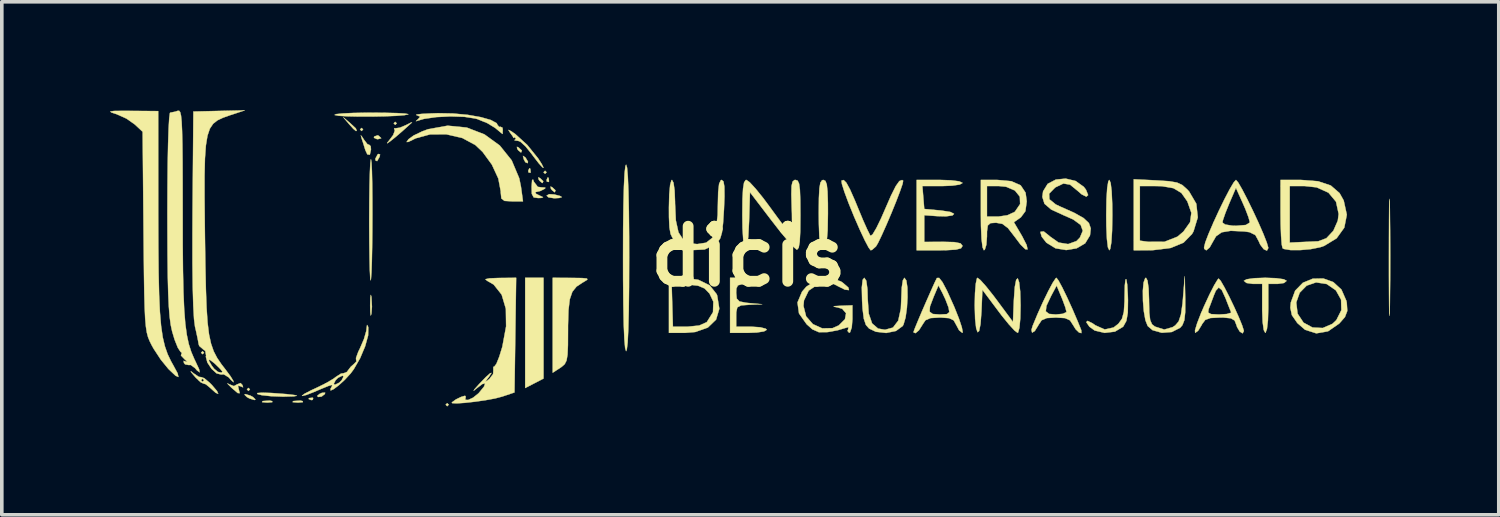
<source format=kicad_pcb>
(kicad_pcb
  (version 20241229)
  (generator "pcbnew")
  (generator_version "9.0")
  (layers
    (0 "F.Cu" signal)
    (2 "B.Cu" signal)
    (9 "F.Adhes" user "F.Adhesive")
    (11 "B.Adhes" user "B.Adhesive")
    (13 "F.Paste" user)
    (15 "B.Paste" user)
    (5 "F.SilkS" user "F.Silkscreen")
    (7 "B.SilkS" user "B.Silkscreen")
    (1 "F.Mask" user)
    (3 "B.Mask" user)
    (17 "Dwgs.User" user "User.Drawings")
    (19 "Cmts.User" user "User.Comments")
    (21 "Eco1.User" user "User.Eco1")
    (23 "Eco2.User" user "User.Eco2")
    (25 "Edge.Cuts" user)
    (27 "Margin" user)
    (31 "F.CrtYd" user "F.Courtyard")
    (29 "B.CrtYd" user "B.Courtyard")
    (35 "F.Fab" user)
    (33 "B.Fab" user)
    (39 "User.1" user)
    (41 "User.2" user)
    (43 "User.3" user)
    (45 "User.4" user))
  (footprint "dicis"
    (layer "F.Cu")
    (at 17.671 4.048)
    (property "Reference" "dicis" (at 0 0 0) (layer "F.SilkS") (effects (font (size 1.524 1.524) (thickness 0.3))))
    (attr through_hole)
    (fp_poly (pts (xy -15.071 2.667) (xy -15.113 2.709) (xy -15.155 2.667) (xy -15.113 2.625) (xy -15.071 2.667)) (stroke (width 0.01) (type solid)) (fill yes) (layer "F.SilkS"))
    (fp_poly (pts (xy -13.801 3.683) (xy -13.843 3.725) (xy -13.885 3.683) (xy -13.843 3.641) (xy -13.801 3.683)) (stroke (width 0.01) (type solid)) (fill yes) (layer "F.SilkS"))
    (fp_poly (pts (xy -10.668 -3.514) (xy -10.71 -3.471) (xy -10.753 -3.514) (xy -10.71 -3.556) (xy -10.668 -3.514)) (stroke (width 0.01) (type solid)) (fill yes) (layer "F.SilkS"))
    (fp_poly (pts (xy -9.737 -3.683) (xy -9.779 -3.641) (xy -9.821 -3.683) (xy -9.779 -3.725) (xy -9.737 -3.683)) (stroke (width 0.01) (type solid)) (fill yes) (layer "F.SilkS"))
    (fp_poly (pts (xy -8.297 4.106) (xy -8.34 4.149) (xy -8.382 4.106) (xy -8.34 4.064) (xy -8.297 4.106)) (stroke (width 0.01) (type solid)) (fill yes) (layer "F.SilkS"))
    (fp_poly (pts (xy -5.588 -2.328) (xy -5.63 -2.286) (xy -5.673 -2.328) (xy -5.63 -2.371) (xy -5.588 -2.328)) (stroke (width 0.01) (type solid)) (fill yes) (layer "F.SilkS"))
    (fp_poly (pts (xy -5.673 3.382) (xy -5.927 3.514) (xy -6.181 3.645) (xy -6.181 0.593) (xy -5.673 0.593) (xy -5.673 3.382)) (stroke (width 0.01) (type solid)) (fill yes) (layer "F.SilkS"))
    (fp_poly (pts (xy -12.051 3.923) (xy -12.063 3.973) (xy -12.107 3.979) (xy -12.177 3.948) (xy -12.164 3.923) (xy -12.063 3.913) (xy -12.051 3.923)) (stroke (width 0.01) (type solid)) (fill yes) (layer "F.SilkS"))
    (fp_poly (pts (xy -6.04 -2.427) (xy -6.029 -2.327) (xy -6.04 -2.314) (xy -6.09 -2.326) (xy -6.096 -2.371) (xy -6.065 -2.44) (xy -6.04 -2.427)) (stroke (width 0.01) (type solid)) (fill yes) (layer "F.SilkS"))
    (fp_poly (pts (xy -5.532 -2.173) (xy -5.521 -2.073) (xy -5.532 -2.06) (xy -5.582 -2.072) (xy -5.588 -2.117) (xy -5.557 -2.186) (xy -5.532 -2.173)) (stroke (width 0.01) (type solid)) (fill yes) (layer "F.SilkS"))
    (fp_poly (pts (xy -11.727 3.811) (xy -11.817 3.881) (xy -11.915 3.893) (xy -11.938 3.861) (xy -11.872 3.807) (xy -11.807 3.778) (xy -11.719 3.772) (xy -11.727 3.811)) (stroke (width 0.01) (type solid)) (fill yes) (layer "F.SilkS"))
    (fp_poly (pts (xy -11.028 -3.691) (xy -10.868 -3.541) (xy -10.845 -3.476) (xy -10.867 -3.471) (xy -10.936 -3.528) (xy -11.057 -3.662) (xy -11.218 -3.852) (xy -11.028 -3.691)) (stroke (width 0.01) (type solid)) (fill yes) (layer "F.SilkS"))
    (fp_poly (pts (xy -10.239 -3.341) (xy -10.165 -3.271) (xy -10.252 -3.246) (xy -10.283 -3.246) (xy -10.368 -3.283) (xy -10.362 -3.317) (xy -10.264 -3.352) (xy -10.239 -3.341)) (stroke (width 0.01) (type solid)) (fill yes) (layer "F.SilkS"))
    (fp_poly (pts (xy -10.198 -2.822) (xy -10.212 -2.756) (xy -10.281 -2.637) (xy -10.325 -2.657) (xy -10.329 -2.704) (xy -10.268 -2.819) (xy -10.246 -2.836) (xy -10.198 -2.822)) (stroke (width 0.01) (type solid)) (fill yes) (layer "F.SilkS"))
    (fp_poly (pts (xy -6.363 -3.014) (xy -6.272 -2.929) (xy -6.291 -2.879) (xy -6.303 -2.879) (xy -6.374 -2.939) (xy -6.4 -2.976) (xy -6.41 -3.034) (xy -6.363 -3.014)) (stroke (width 0.01) (type solid)) (fill yes) (layer "F.SilkS"))
    (fp_poly (pts (xy -6.181 -2.743) (xy -6.17 -2.732) (xy -6.103 -2.621) (xy -6.112 -2.58) (xy -6.175 -2.606) (xy -6.218 -2.685) (xy -6.243 -2.783) (xy -6.181 -2.743)) (stroke (width 0.01) (type solid)) (fill yes) (layer "F.SilkS"))
    (fp_poly (pts (xy -5.77 -2.167) (xy -5.68 -2.082) (xy -5.698 -2.033) (xy -5.71 -2.032) (xy -5.782 -2.092) (xy -5.808 -2.13) (xy -5.818 -2.188) (xy -5.77 -2.167)) (stroke (width 0.01) (type solid)) (fill yes) (layer "F.SilkS"))
    (fp_poly (pts (xy -5.432 -1.913) (xy -5.341 -1.828) (xy -5.36 -1.779) (xy -5.371 -1.778) (xy -5.443 -1.838) (xy -5.469 -1.876) (xy -5.479 -1.934) (xy -5.432 -1.913)) (stroke (width 0.01) (type solid)) (fill yes) (layer "F.SilkS"))
    (fp_poly (pts (xy -13.789 3.855) (xy -13.716 3.895) (xy -13.648 3.962) (xy -13.674 3.977) (xy -13.813 3.935) (xy -13.885 3.895) (xy -13.953 3.828) (xy -13.928 3.813) (xy -13.789 3.855)) (stroke (width 0.01) (type solid)) (fill yes) (layer "F.SilkS"))
    (fp_poly (pts (xy -13.185 4.008) (xy -13.182 4.036) (xy -13.315 4.048) (xy -13.335 4.047) (xy -13.466 4.035) (xy -13.454 4.01) (xy -13.439 4.005) (xy -13.255 3.993) (xy -13.185 4.008)) (stroke (width 0.01) (type solid)) (fill yes) (layer "F.SilkS"))
    (fp_poly (pts (xy -12.339 4.008) (xy -12.336 4.036) (xy -12.468 4.048) (xy -12.488 4.047) (xy -12.62 4.035) (xy -12.607 4.01) (xy -12.593 4.005) (xy -12.408 3.993) (xy -12.339 4.008)) (stroke (width 0.01) (type solid)) (fill yes) (layer "F.SilkS"))
    (fp_poly (pts (xy -10.438 1.122) (xy -10.424 1.395) (xy -10.438 1.587) (xy -10.456 1.64) (xy -10.469 1.544) (xy -10.473 1.355) (xy -10.468 1.146) (xy -10.454 1.067) (xy -10.438 1.122)) (stroke (width 0.01) (type solid)) (fill yes) (layer "F.SilkS"))
    (fp_poly (pts (xy -5.376 -1.714) (xy -5.218 -1.673) (xy -5.165 -1.641) (xy -5.237 -1.617) (xy -5.376 -1.609) (xy -5.536 -1.634) (xy -5.588 -1.682) (xy -5.518 -1.722) (xy -5.376 -1.714)) (stroke (width 0.01) (type solid)) (fill yes) (layer "F.SilkS"))
    (fp_poly (pts (xy -10.69 -3.303) (xy -10.648 -3.236) (xy -10.55 -3.108) (xy -10.491 -3.084) (xy -10.458 -3.049) (xy -10.45 -2.959) (xy -10.482 -2.814) (xy -10.551 -2.824) (xy -10.606 -2.942) (xy -10.671 -3.151) (xy -10.707 -3.26) (xy -10.732 -3.353) (xy -10.69 -3.303)) (stroke (width 0.01) (type solid)) (fill yes) (layer "F.SilkS"))
    (fp_poly (pts (xy -13.209 3.782) (xy -13.166 3.785) (xy -12.791 3.813) (xy -12.568 3.839) (xy -12.5 3.86) (xy -12.592 3.875) (xy -12.847 3.882) (xy -12.912 3.882) (xy -13.216 3.871) (xy -13.472 3.843) (xy -13.589 3.814) (xy -13.603 3.785) (xy -13.469 3.774) (xy -13.209 3.782)) (stroke (width 0.01) (type solid)) (fill yes) (layer "F.SilkS"))
    (fp_poly (pts (xy -14.009 3.562) (xy -13.991 3.626) (xy -14.056 3.598) (xy -14.132 3.579) (xy -14.114 3.669) (xy -14.084 3.787) (xy -14.139 3.784) (xy -14.29 3.656) (xy -14.329 3.619) (xy -14.426 3.521) (xy -14.412 3.519) (xy -14.392 3.534) (xy -14.244 3.592) (xy -14.165 3.547) (xy -14.061 3.507) (xy -14.009 3.562)) (stroke (width 0.01) (type solid)) (fill yes) (layer "F.SilkS"))
    (fp_poly (pts (xy -9.313 -3.709) (xy -9.543 -3.501) (xy -9.749 -3.322) (xy -9.91 -3.192) (xy -9.999 -3.129) (xy -9.994 -3.154) (xy -9.968 -3.183) (xy -9.837 -3.357) (xy -9.79 -3.482) (xy -9.799 -3.505) (xy -9.806 -3.55) (xy -9.779 -3.545) (xy -9.649 -3.563) (xy -9.483 -3.634) (xy -9.346 -3.703) (xy -9.313 -3.709) (xy -9.313 -3.709)) (stroke (width 0.01) (type solid)) (fill yes) (layer "F.SilkS"))
    (fp_poly (pts (xy 10.028 -2.036) (xy 10.056 -1.806) (xy 10.072 -1.448) (xy 10.075 -1.143) (xy 10.068 -0.71) (xy 10.048 -0.391) (xy 10.017 -0.207) (xy 9.991 -0.169) (xy 9.953 -0.25) (xy 9.925 -0.48) (xy 9.909 -0.838) (xy 9.906 -1.143) (xy 9.913 -1.576) (xy 9.933 -1.895) (xy 9.964 -2.079) (xy 9.991 -2.117) (xy 10.028 -2.036)) (stroke (width 0.01) (type solid)) (fill yes) (layer "F.SilkS"))
    (fp_poly (pts (xy -10.06 -3.975) (xy -9.731 -3.967) (xy -9.506 -3.954) (xy -9.415 -3.937) (xy -9.415 -3.934) (xy -9.52 -3.91) (xy -9.751 -3.891) (xy -10.068 -3.878) (xy -10.428 -3.871) (xy -10.79 -3.871) (xy -11.11 -3.878) (xy -11.348 -3.893) (xy -11.46 -3.915) (xy -11.418 -3.938) (xy -11.234 -3.957) (xy -10.938 -3.971) (xy -10.555 -3.978) (xy -10.463 -3.978) (xy -10.06 -3.975)) (stroke (width 0.01) (type solid)) (fill yes) (layer "F.SilkS"))
    (fp_poly (pts (xy -5.939 -2.065) (xy -5.832 -1.925) (xy -5.728 -1.911) (xy -5.626 -1.906) (xy -5.63 -1.877) (xy -5.759 -1.811) (xy -5.764 -1.81) (xy -5.903 -1.778) (xy -5.878 -1.731) (xy -5.8 -1.693) (xy -5.685 -1.638) (xy -5.73 -1.619) (xy -5.821 -1.615) (xy -5.946 -1.633) (xy -5.997 -1.73) (xy -6.003 -1.926) (xy -5.99 -2.108) (xy -5.964 -2.13) (xy -5.939 -2.065)) (stroke (width 0.01) (type solid)) (fill yes) (layer "F.SilkS"))
    (fp_poly (pts (xy 2.131 -2.09) (xy 2.169 -1.992) (xy 2.19 -1.796) (xy 2.2 -1.475) (xy 2.201 -1.19) (xy 2.193 -0.716) (xy 2.167 -0.4) (xy 2.121 -0.229) (xy 2.051 -0.193) (xy 2.001 -0.228) (xy 1.979 -0.33) (xy 1.962 -0.564) (xy 1.95 -0.893) (xy 1.947 -1.199) (xy 1.951 -1.613) (xy 1.965 -1.884) (xy 1.992 -2.04) (xy 2.037 -2.107) (xy 2.074 -2.117) (xy 2.131 -2.09)) (stroke (width 0.01) (type solid)) (fill yes) (layer "F.SilkS"))
    (fp_poly (pts (xy 17.754 -1.494) (xy 17.759 -1.296) (xy 17.766 -0.707) (xy 17.769 -0.029) (xy 17.767 0.658) (xy 17.76 1.274) (xy 17.759 1.328) (xy 17.753 1.569) (xy 17.747 1.648) (xy 17.742 1.575) (xy 17.738 1.359) (xy 17.735 1.007) (xy 17.733 0.528) (xy 17.733 0.042) (xy 17.734 -0.538) (xy 17.736 -1) (xy 17.739 -1.335) (xy 17.743 -1.536) (xy 17.748 -1.592) (xy 17.754 -1.494)) (stroke (width 0.01) (type solid)) (fill yes) (layer "F.SilkS"))
    (fp_poly (pts (xy -4.889 0.596) (xy -4.606 0.6) (xy -4.47 0.613) (xy -4.46 0.645) (xy -4.555 0.705) (xy -4.591 0.725) (xy -4.76 0.837) (xy -4.875 0.98) (xy -4.946 1.187) (xy -4.982 1.489) (xy -4.995 1.918) (xy -4.995 2.059) (xy -4.997 2.456) (xy -5.008 2.719) (xy -5.036 2.884) (xy -5.087 2.984) (xy -5.169 3.057) (xy -5.207 3.083) (xy -5.419 3.221) (xy -5.419 0.593) (xy -4.889 0.596)) (stroke (width 0.01) (type solid)) (fill yes) (layer "F.SilkS"))
    (fp_poly (pts (xy -6.563 -3.462) (xy -6.451 -3.383) (xy -6.126 -3.088) (xy -5.823 -2.713) (xy -5.725 -2.561) (xy -5.672 -2.454) (xy -5.704 -2.465) (xy -5.804 -2.576) (xy -5.954 -2.77) (xy -6.004 -2.838) (xy -6.171 -3.045) (xy -6.313 -3.175) (xy -6.378 -3.199) (xy -6.471 -3.21) (xy -6.475 -3.22) (xy -6.435 -3.26) (xy -6.477 -3.302) (xy -6.502 -3.277) (xy -6.525 -3.323) (xy -6.604 -3.432) (xy -6.645 -3.502) (xy -6.563 -3.462)) (stroke (width 0.01) (type solid)) (fill yes) (layer "F.SilkS"))
    (fp_poly (pts (xy -10.435 -2.593) (xy -10.424 -2.36) (xy -10.416 -2.021) (xy -10.412 -1.609) (xy -10.411 -1.155) (xy -10.413 -0.691) (xy -10.418 -0.25) (xy -10.426 0.138) (xy -10.436 0.44) (xy -10.45 0.625) (xy -10.459 0.666) (xy -10.471 0.598) (xy -10.482 0.385) (xy -10.49 0.051) (xy -10.496 -0.379) (xy -10.499 -0.881) (xy -10.499 -1.016) (xy -10.496 -1.531) (xy -10.49 -1.98) (xy -10.48 -2.339) (xy -10.468 -2.582) (xy -10.453 -2.687) (xy -10.45 -2.688) (xy -10.435 -2.593)) (stroke (width 0.01) (type solid)) (fill yes) (layer "F.SilkS"))
    (fp_poly (pts (xy -15.36 3.239) (xy -15.218 3.334) (xy -15.142 3.345) (xy -15.065 3.374) (xy -14.919 3.496) (xy -14.858 3.557) (xy -14.712 3.729) (xy -14.679 3.807) (xy -14.752 3.775) (xy -14.894 3.648) (xy -15.024 3.54) (xy -15.091 3.52) (xy -15.164 3.487) (xy -15.225 3.429) (xy -15.155 3.429) (xy -15.113 3.471) (xy -15.071 3.429) (xy -15.113 3.387) (xy -15.155 3.429) (xy -15.225 3.429) (xy -15.297 3.361) (xy -15.331 3.323) (xy -15.44 3.194) (xy -15.432 3.182) (xy -15.36 3.239)) (stroke (width 0.01) (type solid)) (fill yes) (layer "F.SilkS"))
    (fp_poly (pts (xy -3.36 -2.456) (xy -3.339 -2.209) (xy -3.322 -1.803) (xy -3.31 -1.244) (xy -3.303 -0.538) (xy -3.302 0.042) (xy -3.305 0.848) (xy -3.313 1.511) (xy -3.326 2.025) (xy -3.344 2.384) (xy -3.368 2.583) (xy -3.387 2.625) (xy -3.413 2.541) (xy -3.435 2.293) (xy -3.452 1.888) (xy -3.463 1.329) (xy -3.47 0.623) (xy -3.471 0.042) (xy -3.469 -0.764) (xy -3.46 -1.426) (xy -3.447 -1.94) (xy -3.429 -2.299) (xy -3.406 -2.499) (xy -3.387 -2.54) (xy -3.36 -2.456)) (stroke (width 0.01) (type solid)) (fill yes) (layer "F.SilkS"))
    (fp_poly (pts (xy 10.487 0.784) (xy 10.504 1.081) (xy 10.508 1.215) (xy 10.503 1.561) (xy 10.464 1.785) (xy 10.382 1.935) (xy 10.37 1.95) (xy 10.147 2.083) (xy 9.862 2.118) (xy 9.587 2.053) (xy 9.44 1.947) (xy 9.353 1.82) (xy 9.388 1.786) (xy 9.524 1.851) (xy 9.605 1.908) (xy 9.863 2.023) (xy 10.11 1.969) (xy 10.245 1.863) (xy 10.342 1.728) (xy 10.394 1.538) (xy 10.413 1.244) (xy 10.414 1.129) (xy 10.421 0.802) (xy 10.44 0.639) (xy 10.463 0.635) (xy 10.487 0.784)) (stroke (width 0.01) (type solid)) (fill yes) (layer "F.SilkS"))
    (fp_poly (pts (xy 14.613 0.604) (xy 14.823 0.634) (xy 14.901 0.677) (xy 14.901 0.677) (xy 14.828 0.737) (xy 14.65 0.762) (xy 14.647 0.762) (xy 14.393 0.762) (xy 14.393 1.439) (xy 14.383 1.775) (xy 14.356 2.01) (xy 14.316 2.114) (xy 14.309 2.117) (xy 14.267 2.037) (xy 14.237 1.821) (xy 14.224 1.5) (xy 14.224 1.439) (xy 14.224 0.762) (xy 13.97 0.762) (xy 13.792 0.737) (xy 13.716 0.678) (xy 13.716 0.677) (xy 13.794 0.634) (xy 14.004 0.604) (xy 14.308 0.593) (xy 14.309 0.593) (xy 14.613 0.604)) (stroke (width 0.01) (type solid)) (fill yes) (layer "F.SilkS"))
    (fp_poly (pts (xy -7.798 -3.566) (xy -7.308 -3.377) (xy -6.885 -3.07) (xy -6.555 -2.659) (xy -6.345 -2.162) (xy -6.297 -1.926) (xy -6.242 -1.524) (xy -6.55 -1.524) (xy -6.754 -1.536) (xy -6.84 -1.603) (xy -6.858 -1.772) (xy -6.858 -1.802) (xy -6.925 -2.156) (xy -7.103 -2.54) (xy -7.361 -2.893) (xy -7.56 -3.082) (xy -7.921 -3.277) (xy -8.359 -3.378) (xy -8.808 -3.379) (xy -9.204 -3.271) (xy -9.237 -3.256) (xy -9.413 -3.17) (xy -9.464 -3.166) (xy -9.413 -3.242) (xy -9.27 -3.346) (xy -9.031 -3.461) (xy -8.872 -3.52) (xy -8.328 -3.618) (xy -7.798 -3.566)) (stroke (width 0.01) (type solid)) (fill yes) (layer "F.SilkS"))
    (fp_poly (pts (xy -1.391 0.647) (xy -1.072 0.802) (xy -0.879 1.048) (xy -0.865 1.085) (xy -0.806 1.45) (xy -0.896 1.751) (xy -1.123 1.97) (xy -1.473 2.094) (xy -1.747 2.117) (xy -2.201 2.117) (xy -2.201 0.753) (xy -2.126 0.753) (xy -2.091 1.947) (xy -1.687 1.947) (xy -1.363 1.914) (xy -1.157 1.822) (xy -1.149 1.814) (xy -0.981 1.545) (xy -0.971 1.254) (xy -1.077 1.03) (xy -1.215 0.887) (xy -1.396 0.812) (xy -1.682 0.779) (xy -1.685 0.779) (xy -2.126 0.753) (xy -2.201 0.753) (xy -2.201 0.593) (xy -1.816 0.593) (xy -1.391 0.647)) (stroke (width 0.01) (type solid)) (fill yes) (layer "F.SilkS"))
    (fp_poly (pts (xy 5.612 -2.106) (xy 5.835 -2.078) (xy 5.926 -2.036) (xy 5.927 -2.032) (xy 5.849 -1.988) (xy 5.642 -1.958) (xy 5.371 -1.947) (xy 4.816 -1.947) (xy 4.842 -1.63) (xy 4.868 -1.312) (xy 5.334 -1.27) (xy 5.592 -1.229) (xy 5.693 -1.178) (xy 5.648 -1.133) (xy 5.467 -1.108) (xy 5.226 -1.114) (xy 4.868 -1.14) (xy 4.868 -0.4) (xy 5.397 -0.403) (xy 5.705 -0.395) (xy 5.872 -0.361) (xy 5.926 -0.295) (xy 5.927 -0.288) (xy 5.886 -0.224) (xy 5.744 -0.187) (xy 5.474 -0.171) (xy 5.292 -0.169) (xy 4.657 -0.169) (xy 4.657 -2.117) (xy 5.292 -2.117) (xy 5.612 -2.106)) (stroke (width 0.01) (type solid)) (fill yes) (layer "F.SilkS"))
    (fp_poly (pts (xy 0.271 0.606) (xy 0.454 0.639) (xy 0.508 0.677) (xy 0.432 0.726) (xy 0.237 0.756) (xy 0.085 0.762) (xy -0.166 0.768) (xy -0.291 0.802) (xy -0.334 0.89) (xy -0.339 1.011) (xy -0.324 1.169) (xy -0.248 1.248) (xy -0.065 1.284) (xy 0.021 1.293) (xy 0.381 1.325) (xy 0.021 1.34) (xy -0.204 1.357) (xy -0.308 1.412) (xy -0.337 1.544) (xy -0.339 1.651) (xy -0.339 1.947) (xy 0.085 1.947) (xy 0.326 1.963) (xy 0.479 2.002) (xy 0.508 2.032) (xy 0.431 2.077) (xy 0.229 2.108) (xy 0 2.117) (xy -0.508 2.117) (xy -0.508 0.593) (xy 0 0.593) (xy 0.271 0.606)) (stroke (width 0.01) (type solid)) (fill yes) (layer "F.SilkS"))
    (fp_poly (pts (xy 4.372 0.668) (xy 4.401 0.863) (xy 4.405 1.13) (xy 4.388 1.422) (xy 4.351 1.689) (xy 4.294 1.886) (xy 4.271 1.928) (xy 4.084 2.065) (xy 3.814 2.12) (xy 3.529 2.087) (xy 3.341 1.998) (xy 3.252 1.897) (xy 3.195 1.728) (xy 3.16 1.452) (xy 3.147 1.236) (xy 3.139 0.861) (xy 3.163 0.649) (xy 3.208 0.593) (xy 3.263 0.674) (xy 3.295 0.908) (xy 3.302 1.172) (xy 3.331 1.586) (xy 3.424 1.856) (xy 3.59 1.999) (xy 3.782 2.032) (xy 4.002 1.971) (xy 4.147 1.78) (xy 4.22 1.449) (xy 4.233 1.157) (xy 4.245 0.864) (xy 4.276 0.663) (xy 4.318 0.593) (xy 4.372 0.668)) (stroke (width 0.01) (type solid)) (fill yes) (layer "F.SilkS"))
    (fp_poly (pts (xy 6.423 0.656) (xy 6.576 0.827) (xy 6.773 1.074) (xy 6.871 1.204) (xy 7.324 1.815) (xy 7.349 1.204) (xy 7.375 0.845) (xy 7.413 0.649) (xy 7.456 0.608) (xy 7.495 0.718) (xy 7.524 0.972) (xy 7.535 1.355) (xy 7.527 1.713) (xy 7.503 1.973) (xy 7.467 2.106) (xy 7.452 2.117) (xy 7.367 2.053) (xy 7.211 1.883) (xy 7.012 1.638) (xy 6.923 1.52) (xy 6.477 0.924) (xy 6.452 1.52) (xy 6.426 1.873) (xy 6.387 2.065) (xy 6.345 2.101) (xy 6.305 1.989) (xy 6.276 1.734) (xy 6.265 1.355) (xy 6.273 1.019) (xy 6.294 0.759) (xy 6.325 0.612) (xy 6.342 0.593) (xy 6.423 0.656)) (stroke (width 0.01) (type solid)) (fill yes) (layer "F.SilkS"))
    (fp_poly (pts (xy 12.094 1.193) (xy 12.093 1.543) (xy 12.069 1.766) (xy 12.014 1.906) (xy 11.952 1.977) (xy 11.721 2.094) (xy 11.444 2.115) (xy 11.189 2.043) (xy 11.054 1.928) (xy 10.991 1.768) (xy 10.947 1.519) (xy 10.923 1.231) (xy 10.92 0.95) (xy 10.94 0.725) (xy 10.985 0.602) (xy 11.007 0.593) (xy 11.049 0.671) (xy 11.079 0.884) (xy 11.091 1.197) (xy 11.091 1.225) (xy 11.098 1.559) (xy 11.123 1.765) (xy 11.175 1.882) (xy 11.255 1.944) (xy 11.511 2.026) (xy 11.743 1.96) (xy 11.816 1.912) (xy 11.911 1.801) (xy 11.975 1.61) (xy 12.019 1.301) (xy 12.03 1.171) (xy 12.08 0.55) (xy 12.094 1.193)) (stroke (width 0.01) (type solid)) (fill yes) (layer "F.SilkS"))
    (fp_poly (pts (xy -8.177 -3.956) (xy -7.77 -3.918) (xy -7.41 -3.855) (xy -7.133 -3.776) (xy -6.97 -3.687) (xy -6.943 -3.633) (xy -6.894 -3.58) (xy -6.872 -3.59) (xy -6.81 -3.564) (xy -6.802 -3.51) (xy -6.805 -3.401) (xy -6.809 -3.389) (xy -6.871 -3.439) (xy -7.01 -3.555) (xy -7.014 -3.558) (xy -7.227 -3.688) (xy -7.502 -3.8) (xy -7.563 -3.817) (xy -7.865 -3.864) (xy -8.25 -3.876) (xy -8.646 -3.856) (xy -8.981 -3.807) (xy -9.102 -3.772) (xy -9.205 -3.742) (xy -9.162 -3.787) (xy -9.153 -3.793) (xy -9.088 -3.866) (xy -9.179 -3.908) (xy -9.195 -3.912) (xy -9.19 -3.928) (xy -9.043 -3.945) (xy -8.782 -3.958) (xy -8.597 -3.964) (xy -8.177 -3.956)) (stroke (width 0.01) (type solid)) (fill yes) (layer "F.SilkS"))
    (fp_poly (pts (xy 11.312 -2.103) (xy 11.647 -2.081) (xy 11.864 -2.044) (xy 12.013 -1.975) (xy 12.145 -1.857) (xy 12.201 -1.796) (xy 12.4 -1.457) (xy 12.441 -1.08) (xy 12.323 -0.693) (xy 12.281 -0.619) (xy 12.048 -0.381) (xy 11.691 -0.233) (xy 11.199 -0.172) (xy 11.07 -0.17) (xy 10.668 -0.169) (xy 10.668 -1.947) (xy 10.837 -1.947) (xy 10.837 -0.435) (xy 11.07 -0.403) (xy 11.518 -0.404) (xy 11.878 -0.546) (xy 12.044 -0.687) (xy 12.228 -0.947) (xy 12.263 -1.206) (xy 12.155 -1.513) (xy 12.149 -1.526) (xy 11.987 -1.756) (xy 11.767 -1.888) (xy 11.447 -1.943) (xy 11.266 -1.947) (xy 10.837 -1.947) (xy 10.668 -1.947) (xy 10.668 -2.135) (xy 11.312 -2.103)) (stroke (width 0.01) (type solid)) (fill yes) (layer "F.SilkS"))
    (fp_poly (pts (xy 16.193 0.712) (xy 16.418 0.919) (xy 16.555 1.231) (xy 16.566 1.287) (xy 16.58 1.51) (xy 16.515 1.679) (xy 16.358 1.859) (xy 16.047 2.074) (xy 15.722 2.131) (xy 15.411 2.032) (xy 15.197 1.846) (xy 15.046 1.627) (xy 15.003 1.423) (xy 15.017 1.275) (xy 15.167 1.275) (xy 15.204 1.585) (xy 15.204 1.586) (xy 15.368 1.834) (xy 15.617 1.969) (xy 15.9 1.983) (xy 16.169 1.867) (xy 16.277 1.765) (xy 16.416 1.488) (xy 16.408 1.198) (xy 16.264 0.94) (xy 16.012 0.766) (xy 15.716 0.72) (xy 15.455 0.81) (xy 15.262 1.006) (xy 15.167 1.275) (xy 15.017 1.275) (xy 15.017 1.275) (xy 15.137 0.949) (xy 15.351 0.73) (xy 15.623 0.618) (xy 15.916 0.612) (xy 16.193 0.712)) (stroke (width 0.01) (type solid)) (fill yes) (layer "F.SilkS"))
    (fp_poly (pts (xy 15.771 -2.08) (xy 16.123 -1.962) (xy 16.366 -1.752) (xy 16.481 -1.547) (xy 16.567 -1.153) (xy 16.497 -0.796) (xy 16.284 -0.5) (xy 15.941 -0.291) (xy 15.826 -0.252) (xy 15.566 -0.2) (xy 15.274 -0.174) (xy 15.007 -0.175) (xy 14.825 -0.205) (xy 14.788 -0.226) (xy 14.765 -0.329) (xy 14.761 -0.381) (xy 14.986 -0.381) (xy 15.303 -0.396) (xy 15.557 -0.408) (xy 15.757 -0.417) (xy 15.773 -0.417) (xy 16.002 -0.503) (xy 16.195 -0.71) (xy 16.317 -0.988) (xy 16.341 -1.174) (xy 16.268 -1.513) (xy 16.059 -1.763) (xy 15.73 -1.911) (xy 15.403 -1.947) (xy 14.986 -1.947) (xy 14.986 -0.381) (xy 14.761 -0.381) (xy 14.747 -0.564) (xy 14.735 -0.893) (xy 14.732 -1.199) (xy 14.732 -2.117) (xy 15.287 -2.117) (xy 15.771 -2.08)) (stroke (width 0.01) (type solid)) (fill yes) (layer "F.SilkS"))
    (fp_poly (pts (xy 2.711 -2.04) (xy 2.812 -1.855) (xy 2.951 -1.541) (xy 3.045 -1.312) (xy 3.176 -0.997) (xy 3.29 -0.743) (xy 3.367 -0.59) (xy 3.382 -0.568) (xy 3.439 -0.611) (xy 3.541 -0.782) (xy 3.672 -1.051) (xy 3.767 -1.269) (xy 3.946 -1.679) (xy 4.079 -1.945) (xy 4.179 -2.085) (xy 4.254 -2.114) (xy 4.284 -2.095) (xy 4.268 -2.007) (xy 4.198 -1.804) (xy 4.09 -1.522) (xy 3.959 -1.199) (xy 3.821 -0.875) (xy 3.691 -0.585) (xy 3.587 -0.369) (xy 3.531 -0.275) (xy 3.422 -0.18) (xy 3.384 -0.169) (xy 3.328 -0.243) (xy 3.222 -0.443) (xy 3.083 -0.739) (xy 2.925 -1.1) (xy 2.922 -1.108) (xy 2.773 -1.474) (xy 2.658 -1.783) (xy 2.589 -2.001) (xy 2.576 -2.096) (xy 2.577 -2.097) (xy 2.636 -2.114) (xy 2.711 -2.04)) (stroke (width 0.01) (type solid)) (fill yes) (layer "F.SilkS"))
    (fp_poly (pts (xy -17.082 -4.028) (xy -16.341 -4.022) (xy -16.34 -1.143) (xy -16.337 -0.265) (xy -16.33 0.462) (xy -16.316 1.057) (xy -16.294 1.538) (xy -16.261 1.926) (xy -16.216 2.237) (xy -16.156 2.49) (xy -16.081 2.705) (xy -15.988 2.9) (xy -15.927 3.009) (xy -15.802 3.241) (xy -15.781 3.34) (xy -15.862 3.303) (xy -16.044 3.131) (xy -16.064 3.11) (xy -16.269 2.859) (xy -16.468 2.556) (xy -16.524 2.455) (xy -16.578 2.346) (xy -16.622 2.237) (xy -16.656 2.109) (xy -16.682 1.942) (xy -16.702 1.717) (xy -16.716 1.413) (xy -16.727 1.012) (xy -16.735 0.494) (xy -16.742 -0.16) (xy -16.747 -0.688) (xy -16.772 -3.45) (xy -16.987 -3.651) (xy -17.22 -3.815) (xy -17.495 -3.938) (xy -17.512 -3.943) (xy -17.642 -3.986) (xy -17.666 -4.012) (xy -17.565 -4.026) (xy -17.324 -4.029) (xy -17.082 -4.028)) (stroke (width 0.01) (type solid)) (fill yes) (layer "F.SilkS"))
    (fp_poly (pts (xy -0.691 -2.074) (xy -0.666 -1.929) (xy -0.663 -1.659) (xy -0.677 -1.305) (xy -0.702 -0.919) (xy -0.732 -0.664) (xy -0.779 -0.502) (xy -0.851 -0.394) (xy -0.92 -0.331) (xy -1.212 -0.191) (xy -1.548 -0.174) (xy -1.86 -0.276) (xy -1.994 -0.377) (xy -2.093 -0.492) (xy -2.155 -0.619) (xy -2.187 -0.802) (xy -2.2 -1.084) (xy -2.201 -1.351) (xy -2.192 -1.717) (xy -2.168 -1.979) (xy -2.131 -2.108) (xy -2.117 -2.117) (xy -2.074 -2.038) (xy -2.044 -1.824) (xy -2.032 -1.51) (xy -2.032 -1.476) (xy -2.01 -0.998) (xy -1.937 -0.666) (xy -1.802 -0.458) (xy -1.596 -0.358) (xy -1.418 -0.34) (xy -1.171 -0.379) (xy -1.001 -0.512) (xy -0.899 -0.76) (xy -0.852 -1.143) (xy -0.847 -1.397) (xy -0.838 -1.778) (xy -0.812 -2.01) (xy -0.764 -2.109) (xy -0.741 -2.117) (xy -0.691 -2.074)) (stroke (width 0.01) (type solid)) (fill yes) (layer "F.SilkS"))
    (fp_poly (pts (xy 8.583 0.666) (xy 8.688 0.859) (xy 8.823 1.136) (xy 8.972 1.463) (xy 9.117 1.801) (xy 9.215 2.044) (xy 9.219 2.125) (xy 9.153 2.108) (xy 9.059 2.017) (xy 8.99 1.905) (xy 8.903 1.771) (xy 8.765 1.709) (xy 8.519 1.693) (xy 8.509 1.693) (xy 8.259 1.708) (xy 8.118 1.768) (xy 8.03 1.899) (xy 8.028 1.905) (xy 7.929 2.066) (xy 7.854 2.112) (xy 7.836 2.036) (xy 7.868 1.926) (xy 8.004 1.598) (xy 8.038 1.522) (xy 8.232 1.522) (xy 8.325 1.593) (xy 8.509 1.609) (xy 8.705 1.59) (xy 8.803 1.544) (xy 8.805 1.534) (xy 8.775 1.415) (xy 8.699 1.208) (xy 8.669 1.134) (xy 8.533 0.808) (xy 8.376 1.103) (xy 8.251 1.368) (xy 8.232 1.522) (xy 8.038 1.522) (xy 8.153 1.266) (xy 8.299 0.966) (xy 8.423 0.734) (xy 8.507 0.607) (xy 8.527 0.593) (xy 8.583 0.666)) (stroke (width 0.01) (type solid)) (fill yes) (layer "F.SilkS"))
    (fp_poly (pts (xy 1.363 -2.096) (xy 1.402 -2.014) (xy 1.425 -1.845) (xy 1.436 -1.56) (xy 1.439 -1.136) (xy 1.435 -0.696) (xy 1.42 -0.404) (xy 1.392 -0.241) (xy 1.349 -0.187) (xy 1.333 -0.189) (xy 1.243 -0.266) (xy 1.076 -0.451) (xy 0.857 -0.715) (xy 0.635 -1) (xy 0.042 -1.777) (xy 0.018 -0.973) (xy -0.004 -0.547) (xy -0.037 -0.285) (xy -0.074 -0.182) (xy -0.111 -0.233) (xy -0.143 -0.434) (xy -0.164 -0.78) (xy -0.169 -1.143) (xy -0.165 -1.583) (xy -0.149 -1.876) (xy -0.121 -2.045) (xy -0.076 -2.113) (xy -0.057 -2.117) (xy 0.035 -2.052) (xy 0.198 -1.875) (xy 0.408 -1.616) (xy 0.599 -1.359) (xy 0.822 -1.054) (xy 1.008 -0.806) (xy 1.137 -0.645) (xy 1.185 -0.597) (xy 1.201 -0.673) (xy 1.207 -0.881) (xy 1.204 -1.183) (xy 1.198 -1.355) (xy 1.188 -1.721) (xy 1.194 -1.949) (xy 1.222 -2.069) (xy 1.274 -2.114) (xy 1.304 -2.117) (xy 1.363 -2.096)) (stroke (width 0.01) (type solid)) (fill yes) (layer "F.SilkS"))
    (fp_poly (pts (xy 2.556 0.692) (xy 2.606 0.724) (xy 2.767 0.863) (xy 2.783 0.934) (xy 2.671 0.921) (xy 2.496 0.834) (xy 2.281 0.725) (xy 2.117 0.709) (xy 1.942 0.764) (xy 1.668 0.948) (xy 1.538 1.219) (xy 1.524 1.373) (xy 1.597 1.661) (xy 1.785 1.876) (xy 2.044 1.993) (xy 2.329 1.987) (xy 2.501 1.911) (xy 2.672 1.741) (xy 2.703 1.575) (xy 2.597 1.452) (xy 2.477 1.415) (xy 2.357 1.392) (xy 2.391 1.377) (xy 2.561 1.367) (xy 2.879 1.355) (xy 2.879 1.736) (xy 2.861 1.965) (xy 2.815 2.1) (xy 2.789 2.117) (xy 2.743 2.063) (xy 2.761 2.018) (xy 2.768 1.958) (xy 2.66 1.989) (xy 2.466 2.047) (xy 2.211 2.093) (xy 2.182 2.097) (xy 1.95 2.099) (xy 1.769 2.019) (xy 1.611 1.878) (xy 1.4 1.579) (xy 1.358 1.277) (xy 1.484 0.978) (xy 1.602 0.84) (xy 1.902 0.643) (xy 2.234 0.592) (xy 2.556 0.692)) (stroke (width 0.01) (type solid)) (fill yes) (layer "F.SilkS"))
    (fp_poly (pts (xy 5.371 0.712) (xy 5.5 0.956) (xy 5.675 1.345) (xy 5.707 1.418) (xy 5.829 1.725) (xy 5.908 1.963) (xy 5.933 2.098) (xy 5.921 2.117) (xy 5.833 2.047) (xy 5.757 1.905) (xy 5.683 1.772) (xy 5.556 1.71) (xy 5.323 1.693) (xy 5.292 1.693) (xy 5.042 1.708) (xy 4.901 1.768) (xy 4.813 1.899) (xy 4.811 1.905) (xy 4.72 2.047) (xy 4.626 2.126) (xy 4.573 2.106) (xy 4.572 2.089) (xy 4.604 2.001) (xy 4.686 1.801) (xy 4.8 1.531) (xy 5.015 1.531) (xy 5.103 1.595) (xy 5.297 1.609) (xy 5.495 1.598) (xy 5.562 1.544) (xy 5.541 1.418) (xy 5.455 1.192) (xy 5.372 1.016) (xy 5.261 0.804) (xy 5.128 1.119) (xy 5.027 1.384) (xy 5.015 1.531) (xy 4.8 1.531) (xy 4.8 1.531) (xy 4.929 1.235) (xy 5.053 0.954) (xy 5.153 0.731) (xy 5.213 0.609) (xy 5.219 0.598) (xy 5.28 0.597) (xy 5.371 0.712)) (stroke (width 0.01) (type solid)) (fill yes) (layer "F.SilkS"))
    (fp_poly (pts (xy 7.279 -2.081) (xy 7.537 -1.967) (xy 7.673 -1.763) (xy 7.705 -1.524) (xy 7.668 -1.251) (xy 7.543 -1.082) (xy 7.527 -1.071) (xy 7.35 -0.946) (xy 7.578 -0.558) (xy 7.703 -0.313) (xy 7.728 -0.193) (xy 7.666 -0.198) (xy 7.532 -0.33) (xy 7.366 -0.55) (xy 7.185 -0.784) (xy 7.031 -0.9) (xy 6.857 -0.931) (xy 6.854 -0.931) (xy 6.7 -0.92) (xy 6.627 -0.855) (xy 6.605 -0.691) (xy 6.604 -0.55) (xy 6.587 -0.323) (xy 6.545 -0.187) (xy 6.519 -0.169) (xy 6.482 -0.25) (xy 6.454 -0.48) (xy 6.438 -0.838) (xy 6.435 -1.143) (xy 6.435 -1.947) (xy 6.604 -1.947) (xy 6.604 -1.101) (xy 6.915 -1.101) (xy 7.167 -1.138) (xy 7.367 -1.229) (xy 7.38 -1.241) (xy 7.522 -1.449) (xy 7.514 -1.653) (xy 7.378 -1.823) (xy 7.131 -1.928) (xy 6.937 -1.947) (xy 6.604 -1.947) (xy 6.435 -1.947) (xy 6.435 -2.117) (xy 6.881 -2.117) (xy 7.279 -2.081)) (stroke (width 0.01) (type solid)) (fill yes) (layer "F.SilkS"))
    (fp_poly (pts (xy 9.058 -2.087) (xy 9.285 -1.925) (xy 9.345 -1.846) (xy 9.405 -1.697) (xy 9.356 -1.653) (xy 9.226 -1.717) (xy 9.114 -1.815) (xy 8.904 -1.986) (xy 8.72 -2.017) (xy 8.509 -1.916) (xy 8.486 -1.9) (xy 8.325 -1.735) (xy 8.333 -1.581) (xy 8.51 -1.437) (xy 8.615 -1.387) (xy 9.017 -1.208) (xy 9.28 -1.06) (xy 9.426 -0.922) (xy 9.478 -0.774) (xy 9.458 -0.593) (xy 9.455 -0.578) (xy 9.322 -0.36) (xy 9.086 -0.223) (xy 8.796 -0.175) (xy 8.501 -0.224) (xy 8.25 -0.379) (xy 8.247 -0.382) (xy 8.12 -0.544) (xy 8.083 -0.669) (xy 8.089 -0.682) (xy 8.177 -0.69) (xy 8.325 -0.573) (xy 8.343 -0.555) (xy 8.587 -0.383) (xy 8.851 -0.34) (xy 9.084 -0.425) (xy 9.178 -0.522) (xy 9.257 -0.709) (xy 9.198 -0.871) (xy 8.991 -1.022) (xy 8.715 -1.144) (xy 8.381 -1.298) (xy 8.196 -1.457) (xy 8.137 -1.647) (xy 8.158 -1.801) (xy 8.285 -2.008) (xy 8.51 -2.126) (xy 8.783 -2.153) (xy 9.058 -2.087)) (stroke (width 0.01) (type solid)) (fill yes) (layer "F.SilkS"))
    (fp_poly (pts (xy 13.074 0.676) (xy 13.177 0.854) (xy 13.307 1.106) (xy 13.445 1.393) (xy 13.572 1.674) (xy 13.668 1.908) (xy 13.715 2.054) (xy 13.716 2.07) (xy 13.681 2.131) (xy 13.603 2.082) (xy 13.529 1.958) (xy 13.512 1.905) (xy 13.461 1.776) (xy 13.358 1.714) (xy 13.155 1.694) (xy 13.051 1.693) (xy 12.793 1.706) (xy 12.648 1.758) (xy 12.561 1.874) (xy 12.546 1.905) (xy 12.449 2.061) (xy 12.368 2.117) (xy 12.364 2.046) (xy 12.422 1.854) (xy 12.529 1.576) (xy 12.539 1.554) (xy 12.727 1.554) (xy 12.808 1.598) (xy 13.021 1.609) (xy 13.037 1.609) (xy 13.247 1.595) (xy 13.358 1.562) (xy 13.363 1.545) (xy 13.316 1.431) (xy 13.236 1.227) (xy 13.212 1.164) (xy 13.106 0.932) (xy 13.021 0.862) (xy 12.941 0.949) (xy 12.886 1.079) (xy 12.802 1.305) (xy 12.742 1.46) (xy 12.727 1.554) (xy 12.539 1.554) (xy 12.615 1.378) (xy 12.764 1.056) (xy 12.895 0.8) (xy 12.989 0.644) (xy 13.018 0.614) (xy 13.074 0.676)) (stroke (width 0.01) (type solid)) (fill yes) (layer "F.SilkS"))
    (fp_poly (pts (xy -6.454 2.18) (xy -6.477 3.767) (xy -6.816 3.881) (xy -7.013 3.933) (xy -7.28 3.982) (xy -7.574 4.024) (xy -7.854 4.055) (xy -8.077 4.07) (xy -8.203 4.063) (xy -8.213 4.044) (xy -8.097 3.96) (xy -7.955 3.891) (xy -7.846 3.859) (xy -7.826 3.886) (xy -7.842 3.971) (xy -7.76 3.975) (xy -7.623 3.912) (xy -7.476 3.794) (xy -7.465 3.783) (xy -7.32 3.605) (xy -7.289 3.516) (xy -7.367 3.534) (xy -7.514 3.646) (xy -7.609 3.722) (xy -7.584 3.679) (xy -7.455 3.534) (xy -7.27 3.342) (xy -7.151 3.236) (xy -7.114 3.226) (xy -7.175 3.323) (xy -7.207 3.365) (xy -7.281 3.465) (xy -7.238 3.446) (xy -7.172 3.394) (xy -7.069 3.257) (xy -7.063 3.161) (xy -7.063 3.061) (xy -7.034 3.048) (xy -6.977 2.973) (xy -6.898 2.776) (xy -6.814 2.503) (xy -6.709 1.937) (xy -6.716 1.451) (xy -6.832 1.06) (xy -7.053 0.781) (xy -7.239 0.673) (xy -7.283 0.632) (xy -7.17 0.608) (xy -6.92 0.598) (xy -6.431 0.593) (xy -6.454 2.18)) (stroke (width 0.01) (type solid)) (fill yes) (layer "F.SilkS"))
    (fp_poly (pts (xy 13.56 -2.045) (xy 13.671 -1.853) (xy 13.813 -1.579) (xy 13.97 -1.258) (xy 14.124 -0.927) (xy 14.257 -0.622) (xy 14.352 -0.38) (xy 14.393 -0.238) (xy 14.393 -0.23) (xy 14.355 -0.158) (xy 14.266 -0.199) (xy 14.17 -0.325) (xy 14.13 -0.415) (xy 14.036 -0.589) (xy 13.877 -0.669) (xy 13.732 -0.69) (xy 13.354 -0.708) (xy 13.104 -0.667) (xy 12.947 -0.557) (xy 12.867 -0.419) (xy 12.769 -0.245) (xy 12.676 -0.167) (xy 12.62 -0.208) (xy 12.615 -0.252) (xy 12.649 -0.389) (xy 12.74 -0.626) (xy 12.87 -0.928) (xy 12.874 -0.937) (xy 13.123 -0.937) (xy 13.199 -0.882) (xy 13.394 -0.85) (xy 13.504 -0.847) (xy 13.77 -0.869) (xy 13.878 -0.935) (xy 13.88 -0.953) (xy 13.844 -1.085) (xy 13.758 -1.311) (xy 13.686 -1.477) (xy 13.497 -1.896) (xy 13.31 -1.461) (xy 13.207 -1.206) (xy 13.139 -1.009) (xy 13.123 -0.937) (xy 12.874 -0.937) (xy 13.021 -1.257) (xy 13.177 -1.578) (xy 13.32 -1.852) (xy 13.433 -2.044) (xy 13.498 -2.117) (xy 13.498 -2.117) (xy 13.56 -2.045)) (stroke (width 0.01) (type solid)) (fill yes) (layer "F.SilkS"))
    (fp_poly (pts (xy -10.532 1.944) (xy -10.525 1.97) (xy -10.529 2.188) (xy -10.612 2.489) (xy -10.751 2.82) (xy -10.927 3.125) (xy -11.014 3.242) (xy -11.175 3.417) (xy -11.341 3.568) (xy -11.482 3.675) (xy -11.568 3.714) (xy -11.569 3.663) (xy -11.553 3.635) (xy -11.522 3.578) (xy -11.539 3.56) (xy -11.633 3.589) (xy -11.833 3.671) (xy -12.044 3.761) (xy -12.24 3.837) (xy -12.352 3.863) (xy -12.361 3.857) (xy -12.291 3.804) (xy -12.111 3.71) (xy -11.962 3.641) (xy -11.737 3.531) (xy -11.481 3.531) (xy -11.451 3.556) (xy -11.331 3.498) (xy -11.261 3.429) (xy -11.21 3.327) (xy -11.24 3.302) (xy -11.36 3.36) (xy -11.43 3.429) (xy -11.481 3.531) (xy -11.737 3.531) (xy -11.701 3.513) (xy -11.489 3.388) (xy -11.423 3.338) (xy -11.281 3.246) (xy -11.208 3.235) (xy -11.112 3.197) (xy -11.1 3.175) (xy -11.009 3.056) (xy -10.93 2.987) (xy -10.849 2.904) (xy -10.86 2.881) (xy -10.865 2.813) (xy -10.803 2.644) (xy -10.754 2.543) (xy -10.645 2.29) (xy -10.58 2.065) (xy -10.574 2.014) (xy -10.559 1.898) (xy -10.532 1.944)) (stroke (width 0.01) (type solid)) (fill yes) (layer "F.SilkS"))
    (fp_poly (pts (xy -15.732 -3.992) (xy -15.709 -3.896) (xy -15.692 -3.727) (xy -15.68 -3.471) (xy -15.671 -3.11) (xy -15.666 -2.629) (xy -15.664 -2.011) (xy -15.663 -1.24) (xy -15.663 -1.199) (xy -15.662 -0.323) (xy -15.655 0.402) (xy -15.642 0.995) (xy -15.621 1.476) (xy -15.591 1.862) (xy -15.549 2.173) (xy -15.495 2.427) (xy -15.426 2.643) (xy -15.342 2.841) (xy -15.313 2.9) (xy -15.209 3.124) (xy -15.194 3.211) (xy -15.267 3.157) (xy -15.324 3.091) (xy -15.441 3.006) (xy -15.498 3.008) (xy -15.596 2.989) (xy -15.628 2.952) (xy -15.637 2.891) (xy -15.571 2.914) (xy -15.535 2.918) (xy -15.616 2.843) (xy -15.711 2.744) (xy -15.701 2.708) (xy -15.684 2.674) (xy -15.723 2.642) (xy -15.797 2.53) (xy -15.887 2.306) (xy -15.956 2.075) (xy -15.994 1.898) (xy -16.024 1.675) (xy -16.047 1.388) (xy -16.064 1.018) (xy -16.076 0.546) (xy -16.083 -0.048) (xy -16.086 -0.782) (xy -16.087 -1.203) (xy -16.084 -1.932) (xy -16.078 -2.574) (xy -16.067 -3.114) (xy -16.053 -3.536) (xy -16.036 -3.826) (xy -16.017 -3.968) (xy -16.009 -3.979) (xy -15.867 -4.007) (xy -15.797 -4.031) (xy -15.761 -4.031) (xy -15.732 -3.992)) (stroke (width 0.01) (type solid)) (fill yes) (layer "F.SilkS"))
    (fp_poly (pts (xy -14.359 -3.906) (xy -14.547 -3.839) (xy -14.7 -3.767) (xy -14.82 -3.672) (xy -14.911 -3.536) (xy -14.977 -3.341) (xy -15.021 -3.071) (xy -15.047 -2.709) (xy -15.058 -2.236) (xy -15.058 -1.635) (xy -15.051 -0.889) (xy -15.047 -0.55) (xy -15.035 0.249) (xy -15.021 0.899) (xy -15.002 1.421) (xy -14.974 1.834) (xy -14.934 2.159) (xy -14.878 2.417) (xy -14.805 2.627) (xy -14.71 2.81) (xy -14.591 2.986) (xy -14.472 3.14) (xy -14.336 3.324) (xy -14.261 3.448) (xy -14.256 3.486) (xy -14.331 3.416) (xy -14.389 3.349) (xy -14.526 3.266) (xy -14.601 3.27) (xy -14.725 3.239) (xy -14.867 3.109) (xy -14.981 2.936) (xy -14.994 2.884) (xy -14.94 2.884) (xy -14.862 3.019) (xy -14.793 3.111) (xy -14.688 3.197) (xy -14.588 3.22) (xy -14.563 3.19) (xy -14.619 3.121) (xy -14.756 2.986) (xy -14.788 2.957) (xy -14.916 2.859) (xy -14.94 2.884) (xy -14.994 2.884) (xy -15.022 2.778) (xy -15.015 2.747) (xy -15.038 2.617) (xy -15.09 2.579) (xy -15.205 2.48) (xy -15.221 2.431) (xy -15.246 2.291) (xy -15.296 2.058) (xy -15.322 1.947) (xy -15.349 1.737) (xy -15.37 1.366) (xy -15.385 0.845) (xy -15.393 0.184) (xy -15.393 -0.608) (xy -15.39 -1.222) (xy -15.367 -4.01) (xy -14.655 -4.027) (xy -13.943 -4.043) (xy -14.359 -3.906)) (stroke (width 0.01) (type solid)) (fill yes) (layer "F.SilkS")))
  (gr_rect
    (start -3 -3)
    (end 38.445 11.202)
    (stroke (width 0.1) (type default))
    (fill no)
    (layer "Edge.Cuts")))
</source>
